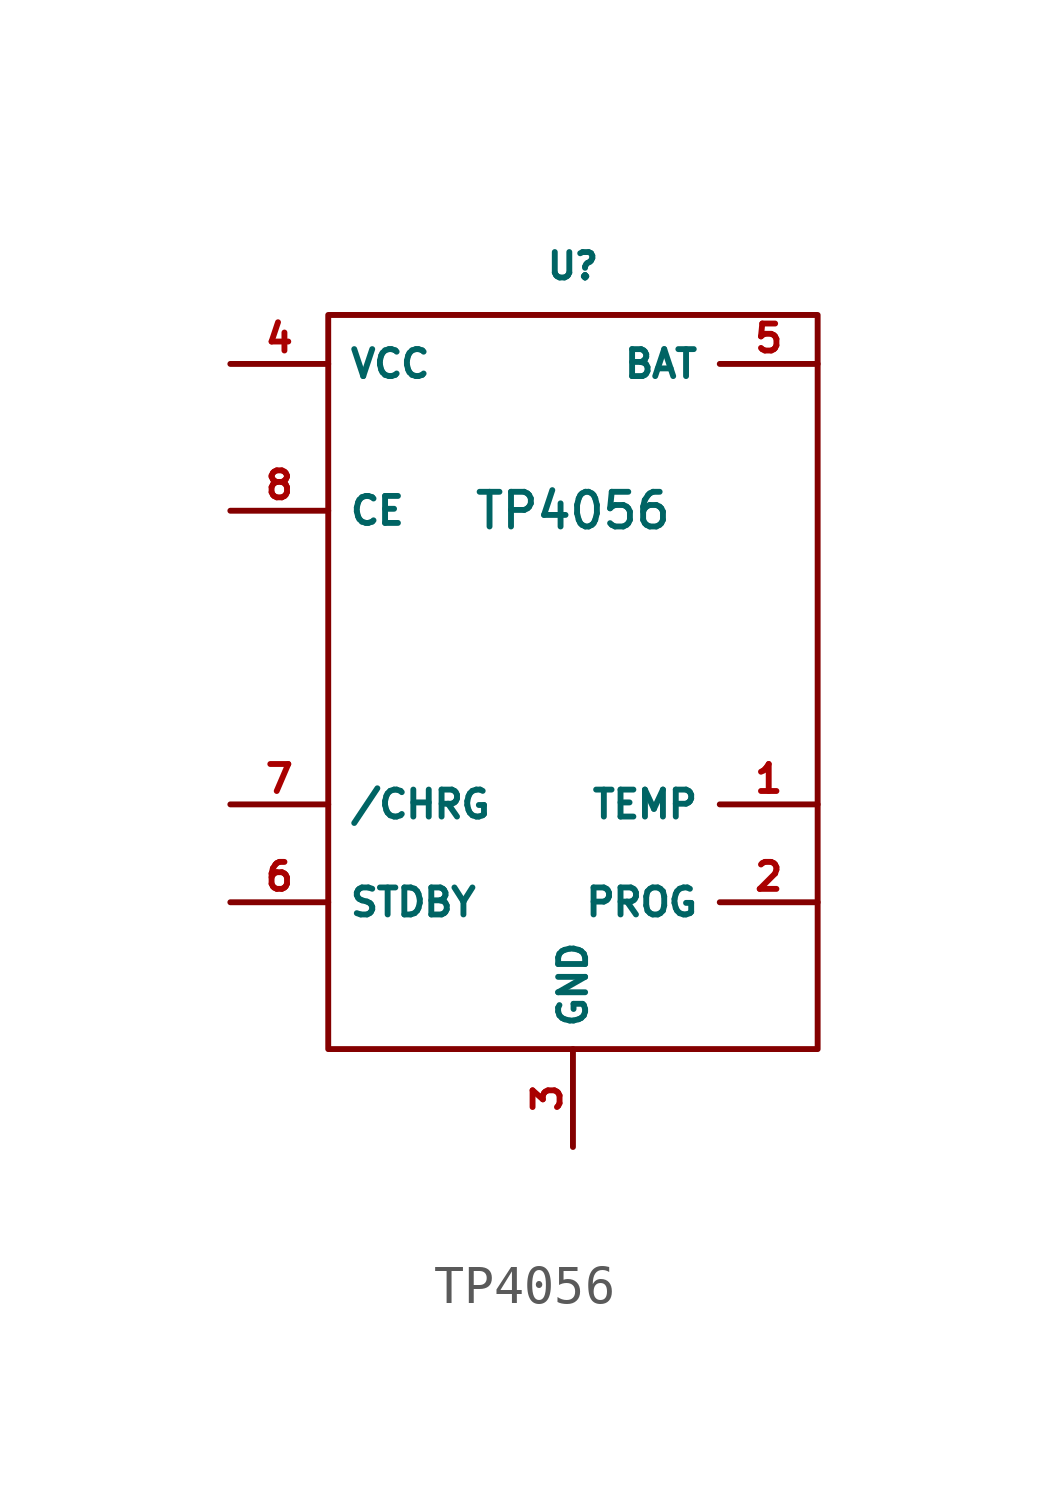
<source format=kicad_sym>
(kicad_symbol_lib
  (version 20211014)
  (generator kicad_symbol_editor)
  (symbol "TP4056"
    (property "Reference" "U"
      (at 0 6.35 0)
      (effects (font (size 0.66 0.66))))
    (property "Value" "TP4056"
      (at 0 0 0)
      (effects (font (size 0.9 0.9))))
    (symbol "TP4056_0_1"
      (rectangle (start -6.35 5.08) (end 6.35 -13.97) (stroke (width 0) (type default) (color 0 0 0 0)) (fill (type none))))
    (symbol "TP4056_1_1"
      (pin input line (at 6.35 -7.62 180) (length 2.54) (name "TEMP" (effects (font (size 0.7 0.7)))) (number "1" (effects (font (size 0.7 0.7)))))
      (pin input line (at 6.35 -10.16 180) (length 2.54) (name "PROG" (effects (font (size 0.7 0.7)))) (number "2" (effects (font (size 0.7 0.7)))))
      (pin input line (at 0 -16.51 90) (length 2.54) (name "GND" (effects (font (size 0.7 0.7)))) (number "3" (effects (font (size 0.7 0.7)))))
      (pin input line (at -8.89 3.81 0) (length 2.54) (name "VCC" (effects (font (size 0.7 0.7)))) (number "4" (effects (font (size 0.7 0.7)))))
      (pin input line (at 6.35 3.81 180) (length 2.54) (name "BAT" (effects (font (size 0.7 0.7)))) (number "5" (effects (font (size 0.7 0.7)))))
      (pin input line (at -8.89 -10.16 0) (length 2.54) (name "STDBY" (effects (font (size 0.7 0.7)))) (number "6" (effects (font (size 0.7 0.7)))))
      (pin input line (at -8.89 -7.62 0) (length 2.54) (name "/CHRG" (effects (font (size 0.7 0.7)))) (number "7" (effects (font (size 0.7 0.7)))))
      (pin input line (at -8.89 0 0) (length 2.54) (name "CE" (effects (font (size 0.7 0.7)))) (number "8" (effects (font (size 0.7 0.7))))))))
</source>
